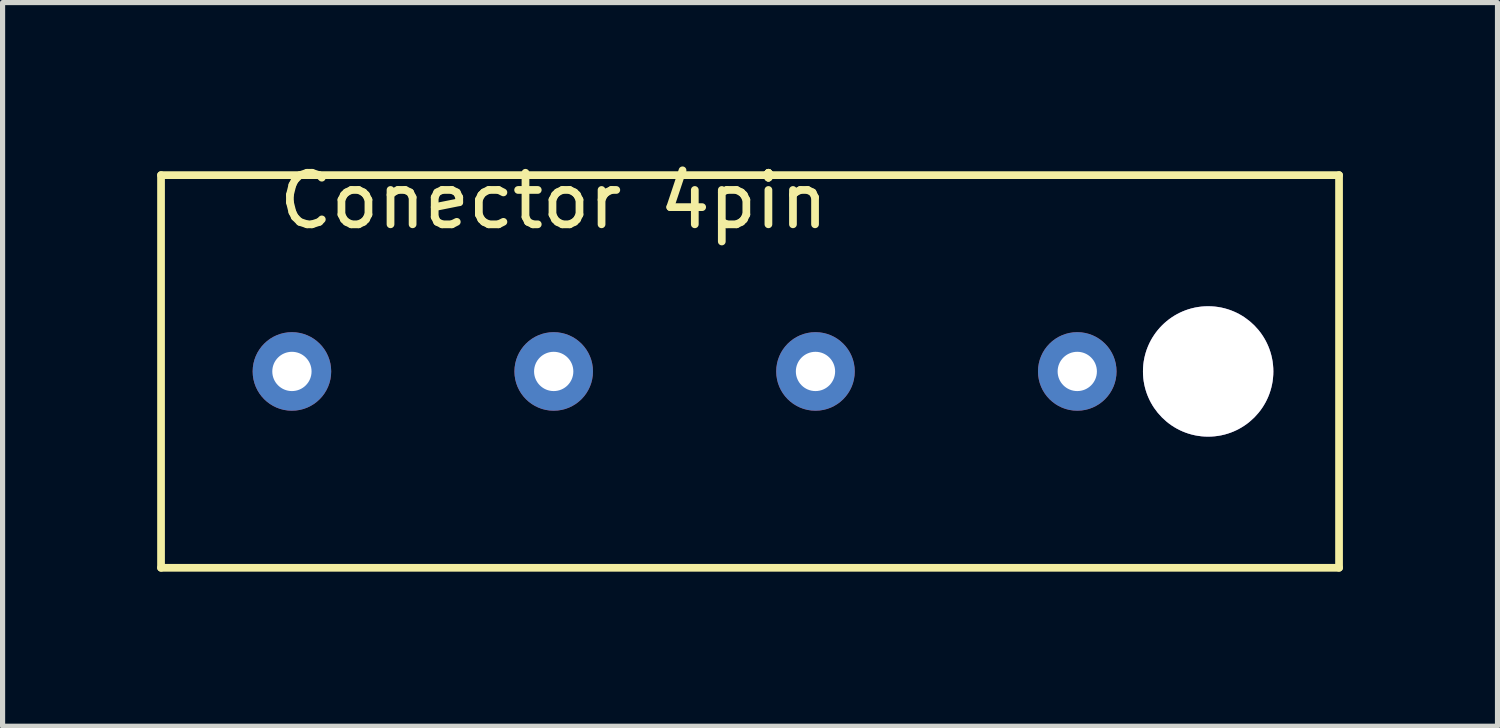
<source format=kicad_pcb>
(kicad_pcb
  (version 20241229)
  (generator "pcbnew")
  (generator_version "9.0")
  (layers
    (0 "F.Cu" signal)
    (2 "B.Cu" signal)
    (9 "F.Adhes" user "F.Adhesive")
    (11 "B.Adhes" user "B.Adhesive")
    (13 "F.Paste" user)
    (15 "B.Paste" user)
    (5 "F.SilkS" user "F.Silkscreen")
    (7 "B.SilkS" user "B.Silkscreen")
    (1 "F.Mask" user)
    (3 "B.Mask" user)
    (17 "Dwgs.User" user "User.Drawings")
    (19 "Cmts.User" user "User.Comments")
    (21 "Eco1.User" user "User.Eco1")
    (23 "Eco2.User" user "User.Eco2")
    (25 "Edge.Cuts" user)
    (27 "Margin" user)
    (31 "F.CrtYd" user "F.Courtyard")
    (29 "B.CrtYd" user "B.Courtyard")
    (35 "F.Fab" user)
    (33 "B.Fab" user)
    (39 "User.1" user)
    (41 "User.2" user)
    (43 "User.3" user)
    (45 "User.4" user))
  (footprint "Conector 4pin"
    (layer "F.Cu")
    (at 7.695 0.348)
    (property "Reference" "Conector 4pin" (at 0 0.5 0) (layer "F.SilkS") (effects (font (size 1 1) (thickness 0.15))))
    (attr through_hole)
    (fp_line (start -7.62 0) (end -7.62 7.62) (stroke (width 0.15) (type solid)) (layer "F.SilkS"))
    (fp_line (start -7.62 7.62) (end 15.24 7.62) (stroke (width 0.15) (type solid)) (layer "F.SilkS"))
    (fp_line (start 15.24 0) (end -7.62 0) (stroke (width 0.15) (type solid)) (layer "F.SilkS"))
    (fp_line (start 15.24 7.62) (end 15.24 0) (stroke (width 0.15) (type solid)) (layer "F.SilkS"))
    (pad "1" thru_hole circle (at -5.08 3.81) (size 1.524 1.524) (drill 0.762) (layers "*.Cu" "*.Mask"))
    (pad "2" thru_hole circle (at 0 3.81) (size 1.524 1.524) (drill 0.762) (layers "*.Cu" "*.Mask"))
    (pad "3" thru_hole circle (at 5.08 3.81) (size 1.524 1.524) (drill 0.762) (layers "*.Cu" "*.Mask"))
    (pad "4" thru_hole circle (at 10.16 3.81) (size 1.524 1.524) (drill 0.762) (layers "*.Cu" "*.Mask"))
    (pad "5" thru_hole circle (at 12.7 3.81) (size 2.53 2.53) (drill 2.53) (layers "*.Cu")))
  (gr_rect
    (start -3 -3)
    (end 26.01 11.043)
    (stroke (width 0.1) (type default))
    (fill no)
    (layer "Edge.Cuts")))
</source>
